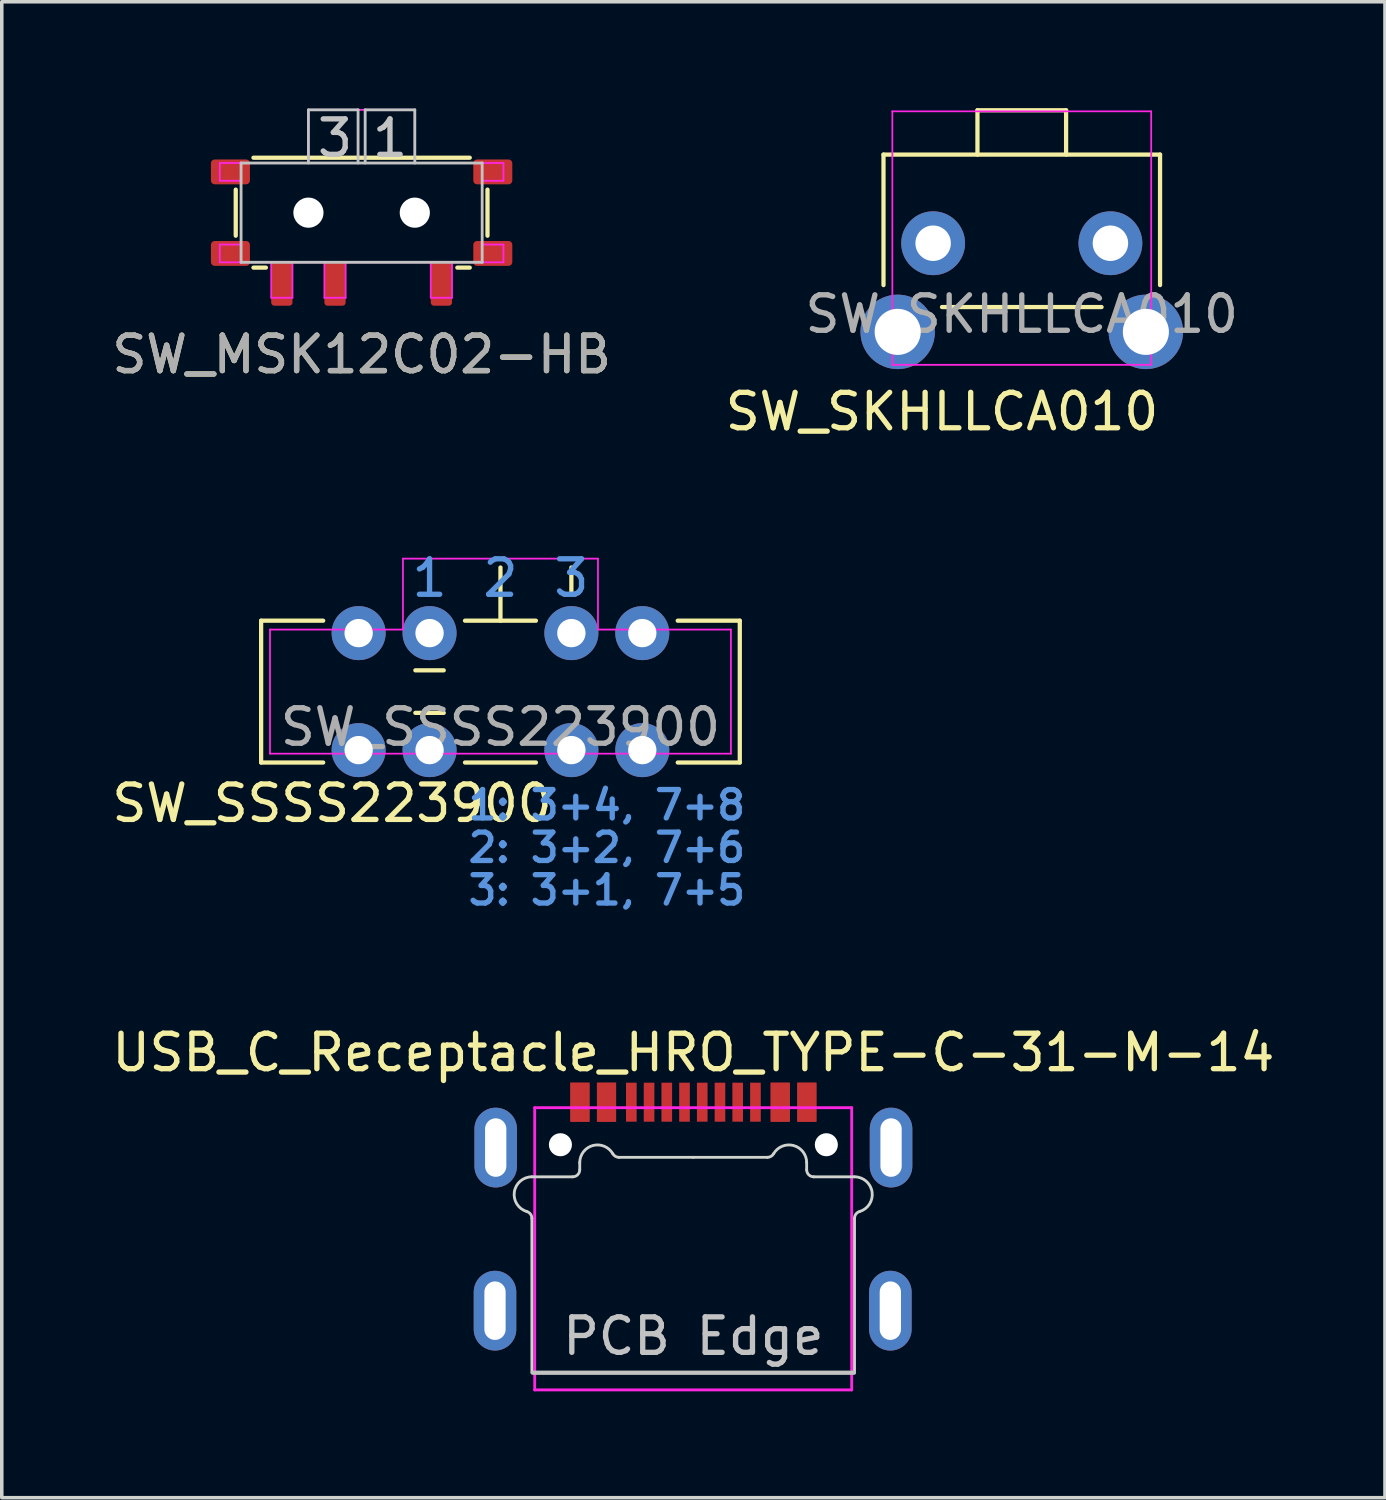
<source format=kicad_pcb>
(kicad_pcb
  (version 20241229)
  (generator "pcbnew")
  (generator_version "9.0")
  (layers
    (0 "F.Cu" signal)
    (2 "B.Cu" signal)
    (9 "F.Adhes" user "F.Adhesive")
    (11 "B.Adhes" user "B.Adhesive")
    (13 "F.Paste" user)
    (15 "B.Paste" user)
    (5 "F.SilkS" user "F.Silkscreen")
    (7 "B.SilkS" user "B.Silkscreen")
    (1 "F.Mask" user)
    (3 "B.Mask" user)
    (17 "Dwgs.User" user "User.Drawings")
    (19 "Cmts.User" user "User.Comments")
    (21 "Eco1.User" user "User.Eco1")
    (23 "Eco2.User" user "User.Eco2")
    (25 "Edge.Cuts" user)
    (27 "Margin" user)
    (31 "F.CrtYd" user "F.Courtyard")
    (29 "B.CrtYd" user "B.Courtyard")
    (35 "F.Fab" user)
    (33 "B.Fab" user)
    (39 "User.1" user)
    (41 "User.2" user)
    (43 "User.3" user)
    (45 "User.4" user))
  (footprint "USB_C_Receptacle_HRO_TYPE-C-31-M-14"
    (layer "F.Cu")
    (at 16.506 29.236)
    (property "Reference" "USB_C_Receptacle_HRO_TYPE-C-31-M-14" (at 0 -2.6 180) (layer "F.SilkS") (effects (font (size 1 1) (thickness 0.15))))
    (attr smd)
    (fp_line (start -4.525 6.43) (end 4.525 6.43) (stroke (width 0.12) (type solid)) (layer "Dwgs.User"))
    (fp_line (start -4.555 2.076) (end -4.555 6.435) (stroke (width 0.08) (type solid)) (layer "Edge.Cuts"))
    (fp_line (start -3.405 0.905) (end -4.555 0.905) (stroke (width 0.08) (type solid)) (layer "Edge.Cuts"))
    (fp_line (start -3.205 0.505) (end -3.205 0.705) (stroke (width 0.08) (type solid)) (layer "Edge.Cuts"))
    (fp_line (start -0.005 0.355) (end -2.099 0.355) (stroke (width 0.08) (type solid)) (layer "Edge.Cuts"))
    (fp_line (start -0.005 0.355) (end 2.089 0.355) (stroke (width 0.08) (type solid)) (layer "Edge.Cuts"))
    (fp_line (start 3.195 0.505) (end 3.195 0.705) (stroke (width 0.08) (type solid)) (layer "Edge.Cuts"))
    (fp_line (start 3.395 0.905) (end 4.545 0.905) (stroke (width 0.08) (type solid)) (layer "Edge.Cuts"))
    (fp_line (start 4.545 2.076) (end 4.545 6.435) (stroke (width 0.08) (type solid)) (layer "Edge.Cuts"))
    (fp_arc (start -4.697856 1.884157) (mid -5.04976 1.332815) (end -4.554999 0.905) (stroke (width 0.08) (type solid)) (layer "Edge.Cuts"))
    (fp_arc (start -4.697856 1.884158) (mid -4.594642 1.956298) (end -4.554999 2.075821) (stroke (width 0.08) (type solid)) (layer "Edge.Cuts"))
    (fp_arc (start -3.204999 0.505) (mid -2.834408 0.022037) (end -2.271986 0.255) (stroke (width 0.08) (type solid)) (layer "Edge.Cuts"))
    (fp_arc (start -3.204998 0.705) (mid -3.263577 0.846421) (end -3.404998 0.905) (stroke (width 0.08) (type solid)) (layer "Edge.Cuts"))
    (fp_arc (start -2.098781 0.355) (mid -2.198781 0.328205) (end -2.271986 0.255) (stroke (width 0.08) (type solid)) (layer "Edge.Cuts"))
    (fp_arc (start 2.261988 0.255) (mid 2.188783 0.328205) (end 2.088783 0.355) (stroke (width 0.08) (type solid)) (layer "Edge.Cuts"))
    (fp_arc (start 2.261988 0.255) (mid 2.824411 0.022037) (end 3.195001 0.505) (stroke (width 0.08) (type solid)) (layer "Edge.Cuts"))
    (fp_arc (start 3.395 0.904999) (mid 3.253579 0.846421) (end 3.195001 0.705) (stroke (width 0.08) (type solid)) (layer "Edge.Cuts"))
    (fp_arc (start 4.545001 0.904999) (mid 5.039764 1.332815) (end 4.687858 1.884158) (stroke (width 0.08) (type solid)) (layer "Edge.Cuts"))
    (fp_arc (start 4.545001 2.075821) (mid 4.584644 1.956298) (end 4.687858 1.884158) (stroke (width 0.08) (type solid)) (layer "Edge.Cuts"))
    (fp_line (start -4.475 -1.045) (end 4.465 -1.045) (stroke (width 0.08) (type solid)) (layer "F.CrtYd"))
    (fp_line (start -4.475 6.915) (end -4.475 -1.045) (stroke (width 0.08) (type solid)) (layer "F.CrtYd"))
    (fp_line (start 4.465 -1.045) (end 4.465 6.915) (stroke (width 0.08) (type solid)) (layer "F.CrtYd"))
    (fp_line (start 4.465 6.915) (end -4.475 6.915) (stroke (width 0.08) (type solid)) (layer "F.CrtYd"))
    (fp_text user "PCB Edge" (at 0 5.4 0) (layer "Dwgs.User") (effects (font (size 1 1) (thickness 0.15))))
    (pad "" np_thru_hole circle (at -3.75 0) (size 0.65 0.65) (drill 0.65) (layers "*.Cu" "*.Mask"))
    (pad "" np_thru_hole circle (at 3.75 0) (size 0.65 0.65) (drill 0.65) (layers "*.Cu" "*.Mask"))
    (pad "A1" smd rect (at -3.2 -1.2 180) (size 0.54 1.1) (layers "F.Cu" "F.Mask" "F.Paste"))
    (pad "A4" smd rect (at -2.45 -1.2 180) (size 0.54 1.1) (layers "F.Cu" "F.Mask" "F.Paste"))
    (pad "A5" smd rect (at -1.25 -1.2 180) (size 0.3 1.1) (layers "F.Cu" "F.Mask" "F.Paste"))
    (pad "A6" smd rect (at -0.25 -1.2 180) (size 0.3 1.1) (layers "F.Cu" "F.Mask" "F.Paste"))
    (pad "A7" smd rect (at 0.25 -1.2 180) (size 0.3 1.1) (layers "F.Cu" "F.Mask" "F.Paste"))
    (pad "A8" smd rect (at 1.25 -1.2 180) (size 0.3 1.1) (layers "F.Cu" "F.Mask" "F.Paste"))
    (pad "A9" smd rect (at 2.45 -1.2 180) (size 0.54 1.1) (layers "F.Cu" "F.Mask" "F.Paste"))
    (pad "A12" smd rect (at 3.2 -1.2 180) (size 0.54 1.1) (layers "F.Cu" "F.Mask" "F.Paste"))
    (pad "B1" smd rect (at 3.2 -1.2 180) (size 0.54 1.1) (layers "F.Cu" "F.Mask" "F.Paste"))
    (pad "B4" smd rect (at 2.45 -1.2 180) (size 0.54 1.1) (layers "F.Cu" "F.Mask" "F.Paste"))
    (pad "B5" smd rect (at 1.75 -1.2 180) (size 0.3 1.1) (layers "F.Cu" "F.Mask" "F.Paste"))
    (pad "B6" smd rect (at 0.75 -1.2 180) (size 0.3 1.1) (layers "F.Cu" "F.Mask" "F.Paste"))
    (pad "B7" smd rect (at -0.75 -1.2 180) (size 0.3 1.1) (layers "F.Cu" "F.Mask" "F.Paste"))
    (pad "B8" smd rect (at -1.75 -1.2 180) (size 0.3 1.1) (layers "F.Cu" "F.Mask" "F.Paste"))
    (pad "B9" smd rect (at -2.45 -1.2 180) (size 0.54 1.1) (layers "F.Cu" "F.Mask" "F.Paste"))
    (pad "B12" smd rect (at -3.2 -1.2 180) (size 0.54 1.1) (layers "F.Cu" "F.Mask" "F.Paste"))
    (pad "S1" thru_hole oval (at -5.595 4.68 180) (size 1.2 2.25) (drill oval 0.6 1.65) (layers "*.Cu" "*.Mask"))
    (pad "S1" thru_hole oval (at -5.575 0.08 180) (size 1.2 2.25) (drill oval 0.6 1.65) (layers "*.Cu" "*.Mask"))
    (pad "S1" thru_hole oval (at 5.555 4.68 180) (size 1.2 2.25) (drill oval 0.6 1.65) (layers "*.Cu" "*.Mask"))
    (pad "S1" thru_hole oval (at 5.575 0.08 180) (size 1.2 2.25) (drill oval 0.6 1.65) (layers "*.Cu" "*.Mask")))
  (footprint "SW_SKHLLCA010"
    (layer "F.Cu")
    (at 25.768 5.06)
    (property "Reference" "SW_SKHLLCA010" (at -2.25 3.5 0) (unlocked yes) (layer "F.SilkS") (effects (font (size 1 1) (thickness 0.15))))
    (attr through_hole)
    (fp_line (start -3.9 -3.75) (end 3.9 -3.75) (stroke (width 0.12) (type solid)) (layer "F.SilkS"))
    (fp_line (start -3.9 -0.07) (end -3.9 -3.75) (stroke (width 0.12) (type solid)) (layer "F.SilkS"))
    (fp_line (start -2.25 0.55) (end 2.25 0.55) (stroke (width 0.12) (type solid)) (layer "F.SilkS"))
    (fp_line (start -1.25 -5) (end 1.25 -5) (stroke (width 0.12) (type solid)) (layer "F.SilkS"))
    (fp_line (start -1.25 -3.75) (end -1.25 -5) (stroke (width 0.12) (type solid)) (layer "F.SilkS"))
    (fp_line (start 1.25 -3.75) (end 1.25 -5) (stroke (width 0.12) (type solid)) (layer "F.SilkS"))
    (fp_line (start 3.9 -0.07) (end 3.9 -3.75) (stroke (width 0.12) (type solid)) (layer "F.SilkS"))
    (fp_line (start -3.65 -4.97) (end -3.65 2.18) (stroke (width 0.05) (type solid)) (layer "F.CrtYd"))
    (fp_line (start -3.65 -4.97) (end 3.65 -4.97) (stroke (width 0.05) (type solid)) (layer "F.CrtYd"))
    (fp_line (start -3.65 2.18) (end 3.65 2.18) (stroke (width 0.05) (type solid)) (layer "F.CrtYd"))
    (fp_line (start 3.65 -4.97) (end 3.65 2.18) (stroke (width 0.05) (type solid)) (layer "F.CrtYd"))
    (fp_text user "${REFERENCE}" (at 0 0.75 0) (unlocked yes) (layer "F.Fab") (effects (font (size 1 1) (thickness 0.15))))
    (pad "1" thru_hole circle (at 2.5 -1.25) (size 1.8 1.8) (drill 1) (layers "*.Cu" "B.Mask"))
    (pad "2" thru_hole circle (at -2.5 -1.25) (size 1.8 1.8) (drill 1) (layers "*.Cu" "B.Mask"))
    (pad "MP" thru_hole circle (at -3.5 1.25) (size 2.1 2.1) (drill 1.3) (layers "*.Cu" "*.Mask"))
    (pad "MP" thru_hole circle (at 3.5 1.25) (size 2.1 2.1) (drill 1.3) (layers "*.Cu" "*.Mask")))
  (footprint "SW_MSK12C02-HB"
    (layer "F.Cu")
    (at 7.149 2.948)
    (property "Reference" "SW_MSK12C02-HB" (at 0 4 0) (unlocked yes) (layer "F.SilkS") (effects (font (size 1 1) (thickness 0.15))))
    (fp_line (start -3.55 -0.65) (end -3.55 0.65) (stroke (width 0.12) (type solid)) (layer "F.SilkS"))
    (fp_line (start -3.05 -1.55) (end 3.05 -1.55) (stroke (width 0.12) (type solid)) (layer "F.SilkS"))
    (fp_line (start -2.7 1.55) (end -3.05 1.55) (stroke (width 0.12) (type solid)) (layer "F.SilkS"))
    (fp_line (start 3.05 1.55) (end 2.7 1.55) (stroke (width 0.12) (type solid)) (layer "F.SilkS"))
    (fp_line (start 3.55 0.65) (end 3.55 -0.65) (stroke (width 0.12) (type solid)) (layer "F.SilkS"))
    (fp_line (start -3.4 -1.4) (end -3.4 1.4) (stroke (width 0.08) (type solid)) (layer "Dwgs.User"))
    (fp_line (start -3.4 1.4) (end 3.4 1.4) (stroke (width 0.08) (type solid)) (layer "Dwgs.User"))
    (fp_line (start -1.5 -2.9) (end -1.5 -1.4) (stroke (width 0.08) (type solid)) (layer "Dwgs.User"))
    (fp_line (start -0.1 -2.9) (end -1.5 -2.9) (stroke (width 0.08) (type solid)) (layer "Dwgs.User"))
    (fp_line (start -0.1 -1.4) (end -0.1 -2.9) (stroke (width 0.08) (type solid)) (layer "Dwgs.User"))
    (fp_line (start 0.1 -2.9) (end 1.5 -2.9) (stroke (width 0.08) (type solid)) (layer "Dwgs.User"))
    (fp_line (start 0.1 -1.4) (end 0.1 -2.9) (stroke (width 0.08) (type solid)) (layer "Dwgs.User"))
    (fp_line (start 1.5 -2.9) (end 1.5 -1.4) (stroke (width 0.08) (type solid)) (layer "Dwgs.User"))
    (fp_line (start 3.4 -1.4) (end -3.4 -1.4) (stroke (width 0.08) (type solid)) (layer "Dwgs.User"))
    (fp_line (start 3.4 1.4) (end 3.4 -1.4) (stroke (width 0.08) (type solid)) (layer "Dwgs.User"))
    (fp_line (start -4 -1.4) (end -4 -0.9) (stroke (width 0.05) (type solid)) (layer "F.CrtYd"))
    (fp_line (start -4 -1.4) (end -1.5 -1.4) (stroke (width 0.05) (type solid)) (layer "F.CrtYd"))
    (fp_line (start -4 -0.9) (end -3.4 -0.9) (stroke (width 0.05) (type solid)) (layer "F.CrtYd"))
    (fp_line (start -4 0.9) (end -4 1.4) (stroke (width 0.05) (type solid)) (layer "F.CrtYd"))
    (fp_line (start -3.4 0.9) (end -4 0.9) (stroke (width 0.05) (type solid)) (layer "F.CrtYd"))
    (fp_line (start -3.4 0.9) (end -3.4 -0.9) (stroke (width 0.05) (type solid)) (layer "F.CrtYd"))
    (fp_line (start -2.55 1.4) (end -4 1.4) (stroke (width 0.05) (type solid)) (layer "F.CrtYd"))
    (fp_line (start -2.55 2.4) (end -2.55 1.4) (stroke (width 0.05) (type solid)) (layer "F.CrtYd"))
    (fp_line (start -2.55 2.4) (end -1.95 2.4) (stroke (width 0.05) (type solid)) (layer "F.CrtYd"))
    (fp_line (start -1.95 1.4) (end -1.05 1.4) (stroke (width 0.05) (type solid)) (layer "F.CrtYd"))
    (fp_line (start -1.95 2.4) (end -1.95 1.4) (stroke (width 0.05) (type solid)) (layer "F.CrtYd"))
    (fp_line (start -1.5 -2.9) (end 1.5 -2.9) (stroke (width 0.05) (type solid)) (layer "F.CrtYd"))
    (fp_line (start -1.5 -1.4) (end -1.5 -2.9) (stroke (width 0.05) (type solid)) (layer "F.CrtYd"))
    (fp_line (start -1.05 2.4) (end -1.05 1.4) (stroke (width 0.05) (type solid)) (layer "F.CrtYd"))
    (fp_line (start -1.05 2.4) (end -0.45 2.4) (stroke (width 0.05) (type solid)) (layer "F.CrtYd"))
    (fp_line (start -0.45 1.4) (end 1.95 1.4) (stroke (width 0.05) (type solid)) (layer "F.CrtYd"))
    (fp_line (start -0.45 2.4) (end -0.45 1.4) (stroke (width 0.05) (type solid)) (layer "F.CrtYd"))
    (fp_line (start 1.5 -2.9) (end 1.5 -1.4) (stroke (width 0.05) (type solid)) (layer "F.CrtYd"))
    (fp_line (start 1.5 -1.4) (end 4 -1.4) (stroke (width 0.05) (type solid)) (layer "F.CrtYd"))
    (fp_line (start 1.95 2.4) (end 1.95 1.4) (stroke (width 0.05) (type solid)) (layer "F.CrtYd"))
    (fp_line (start 1.95 2.4) (end 2.55 2.4) (stroke (width 0.05) (type solid)) (layer "F.CrtYd"))
    (fp_line (start 2.55 1.4) (end 4 1.4) (stroke (width 0.05) (type solid)) (layer "F.CrtYd"))
    (fp_line (start 2.55 2.4) (end 2.55 1.4) (stroke (width 0.05) (type solid)) (layer "F.CrtYd"))
    (fp_line (start 3.4 -0.9) (end 4 -0.9) (stroke (width 0.05) (type solid)) (layer "F.CrtYd"))
    (fp_line (start 3.4 0.9) (end 3.4 -0.9) (stroke (width 0.05) (type solid)) (layer "F.CrtYd"))
    (fp_line (start 4 -0.9) (end 4 -1.4) (stroke (width 0.05) (type solid)) (layer "F.CrtYd"))
    (fp_line (start 4 0.9) (end 3.4 0.9) (stroke (width 0.05) (type solid)) (layer "F.CrtYd"))
    (fp_line (start 4 1.4) (end 4 0.9) (stroke (width 0.05) (type solid)) (layer "F.CrtYd"))
    (fp_text user "1" (at 0.8 -2.1 0) (unlocked yes) (layer "Dwgs.User") (effects (font (size 1 1) (thickness 0.15))))
    (fp_text user "3" (at -0.75 -2.1 0) (unlocked yes) (layer "Dwgs.User") (effects (font (size 1 1) (thickness 0.15))))
    (fp_text user "${REFERENCE}" (at 0 4 0) (unlocked yes) (layer "F.Fab") (effects (font (size 1 1) (thickness 0.15))))
    (pad "" np_thru_hole circle (at -1.5 0 180) (size 0.85 0.85) (drill 0.85) (layers "*.Cu" "*.Mask"))
    (pad "" np_thru_hole circle (at 1.5 0 180) (size 0.85 0.85) (drill 0.85) (layers "*.Cu" "*.Mask"))
    (pad "1" smd roundrect (at 2.25 2 180) (size 0.6 1.25) (layers "F.Cu" "F.Mask" "F.Paste") (roundrect_rratio 0.15))
    (pad "2" smd roundrect (at -0.75 2 180) (size 0.6 1.25) (layers "F.Cu" "F.Mask" "F.Paste") (roundrect_rratio 0.15))
    (pad "3" smd roundrect (at -2.25 2 180) (size 0.6 1.25) (layers "F.Cu" "F.Mask" "F.Paste") (roundrect_rratio 0.15))
    (pad "MP" smd roundrect (at -3.7 -1.15 270) (size 0.7 1.1) (layers "F.Cu" "F.Mask" "F.Paste") (roundrect_rratio 0.15))
    (pad "MP" smd roundrect (at -3.7 1.15 270) (size 0.7 1.1) (layers "F.Cu" "F.Mask" "F.Paste") (roundrect_rratio 0.15))
    (pad "MP" smd roundrect (at 3.7 -1.15 270) (size 0.7 1.1) (layers "F.Cu" "F.Mask" "F.Paste") (roundrect_rratio 0.15))
    (pad "MP" smd roundrect (at 3.7 1.15 270) (size 0.7 1.1) (layers "F.Cu" "F.Mask" "F.Paste") (roundrect_rratio 0.15)))
  (footprint "SW_SSSS223900"
    (layer "F.Cu")
    (at 11.065 16.456)
    (property "Reference" "SW_SSSS223900" (at -4.75 3.15 0) (unlocked yes) (layer "F.SilkS") (effects (font (size 1 1) (thickness 0.15))))
    (attr through_hole)
    (fp_line (start -6.75 -2) (end -6.75 2) (stroke (width 0.12) (type solid)) (layer "F.SilkS"))
    (fp_line (start -6.75 -2) (end -5 -2) (stroke (width 0.12) (type solid)) (layer "F.SilkS"))
    (fp_line (start -6.75 2) (end -5 2) (stroke (width 0.12) (type solid)) (layer "F.SilkS"))
    (fp_line (start -2 -2.75) (end -2 -3.5) (stroke (width 0.12) (type solid)) (layer "F.SilkS"))
    (fp_line (start -1.6 -0.6) (end -2.4 -0.6) (stroke (width 0.12) (type solid)) (layer "F.SilkS"))
    (fp_line (start -1.6 0.6) (end -2.4 0.6) (stroke (width 0.12) (type solid)) (layer "F.SilkS"))
    (fp_line (start -1 -2) (end 1 -2) (stroke (width 0.12) (type solid)) (layer "F.SilkS"))
    (fp_line (start -1 2) (end 1 2) (stroke (width 0.12) (type solid)) (layer "F.SilkS"))
    (fp_line (start 0 -2) (end 0 -3.5) (stroke (width 0.12) (type solid)) (layer "F.SilkS"))
    (fp_line (start 2 -2.75) (end 2 -3.5) (stroke (width 0.12) (type solid)) (layer "F.SilkS"))
    (fp_line (start 5 2) (end 6.75 2) (stroke (width 0.12) (type solid)) (layer "F.SilkS"))
    (fp_line (start 6.75 -2) (end 5 -2) (stroke (width 0.12) (type solid)) (layer "F.SilkS"))
    (fp_line (start 6.75 2) (end 6.75 -2) (stroke (width 0.12) (type solid)) (layer "F.SilkS"))
    (fp_line (start -6.5 -1.75) (end -2.75 -1.75) (stroke (width 0.05) (type solid)) (layer "F.CrtYd"))
    (fp_line (start -6.5 1.75) (end -6.5 -1.75) (stroke (width 0.05) (type solid)) (layer "F.CrtYd"))
    (fp_line (start -2.75 -3.75) (end -2.75 -1.75) (stroke (width 0.05) (type solid)) (layer "F.CrtYd"))
    (fp_line (start -2.75 -3.75) (end 2.75 -3.75) (stroke (width 0.05) (type solid)) (layer "F.CrtYd"))
    (fp_line (start 2.75 -3.75) (end 2.75 -1.75) (stroke (width 0.05) (type solid)) (layer "F.CrtYd"))
    (fp_line (start 2.75 -1.75) (end 6.5 -1.75) (stroke (width 0.05) (type solid)) (layer "F.CrtYd"))
    (fp_line (start 6.5 -1.75) (end 6.5 1.75) (stroke (width 0.05) (type solid)) (layer "F.CrtYd"))
    (fp_line (start 6.5 1.75) (end -6.5 1.75) (stroke (width 0.05) (type solid)) (layer "F.CrtYd"))
    (fp_text user "2" (at 0 -3.2 0) (unlocked yes) (layer "Cmts.User") (effects (font (size 1 1) (thickness 0.15))))
    (fp_text user "3" (at 2 -3.2 0) (unlocked yes) (layer "Cmts.User") (effects (font (size 1 1) (thickness 0.15))))
    (fp_text user "3: 3+1, 7+5" (at 3 5.6 0) (unlocked yes) (layer "Cmts.User") (effects (font (size 0.8 0.8) (thickness 0.15))))
    (fp_text user "1" (at -2 -3.2 0) (unlocked yes) (layer "Cmts.User") (effects (font (size 1 1) (thickness 0.15))))
    (fp_text user "2: 3+2, 7+6" (at 3 4.4 0) (unlocked yes) (layer "Cmts.User") (effects (font (size 0.8 0.8) (thickness 0.15))))
    (fp_text user "1: 3+4, 7+8" (at 3 3.2 0) (unlocked yes) (layer "Cmts.User") (effects (font (size 0.8 0.8) (thickness 0.15))))
    (fp_text user "${REFERENCE}" (at 0 1 0) (unlocked yes) (layer "F.Fab") (effects (font (size 1 1) (thickness 0.15))))
    (pad "1" thru_hole circle (at 4 -1.65) (size 1.524 1.524) (drill 0.8) (layers "*.Cu" "B.Mask"))
    (pad "2" thru_hole circle (at 2 -1.65) (size 1.524 1.524) (drill 0.8) (layers "*.Cu" "B.Mask"))
    (pad "3" thru_hole circle (at -2 -1.65) (size 1.524 1.524) (drill 0.8) (layers "*.Cu" "B.Mask"))
    (pad "4" thru_hole circle (at -4 -1.65) (size 1.524 1.524) (drill 0.8) (layers "*.Cu" "B.Mask"))
    (pad "5" thru_hole circle (at 4 1.65) (size 1.524 1.524) (drill 0.8) (layers "*.Cu" "B.Mask"))
    (pad "6" thru_hole circle (at 2 1.65) (size 1.524 1.524) (drill 0.8) (layers "*.Cu" "B.Mask"))
    (pad "7" thru_hole circle (at -2 1.65) (size 1.524 1.524) (drill 0.8) (layers "*.Cu" "B.Mask"))
    (pad "8" thru_hole circle (at -4 1.65) (size 1.524 1.524) (drill 0.8) (layers "*.Cu" "B.Mask")))
  (gr_rect
    (start -3 -3)
    (end 36.012 39.191)
    (stroke (width 0.1) (type default))
    (fill no)
    (layer "Edge.Cuts")))
</source>
